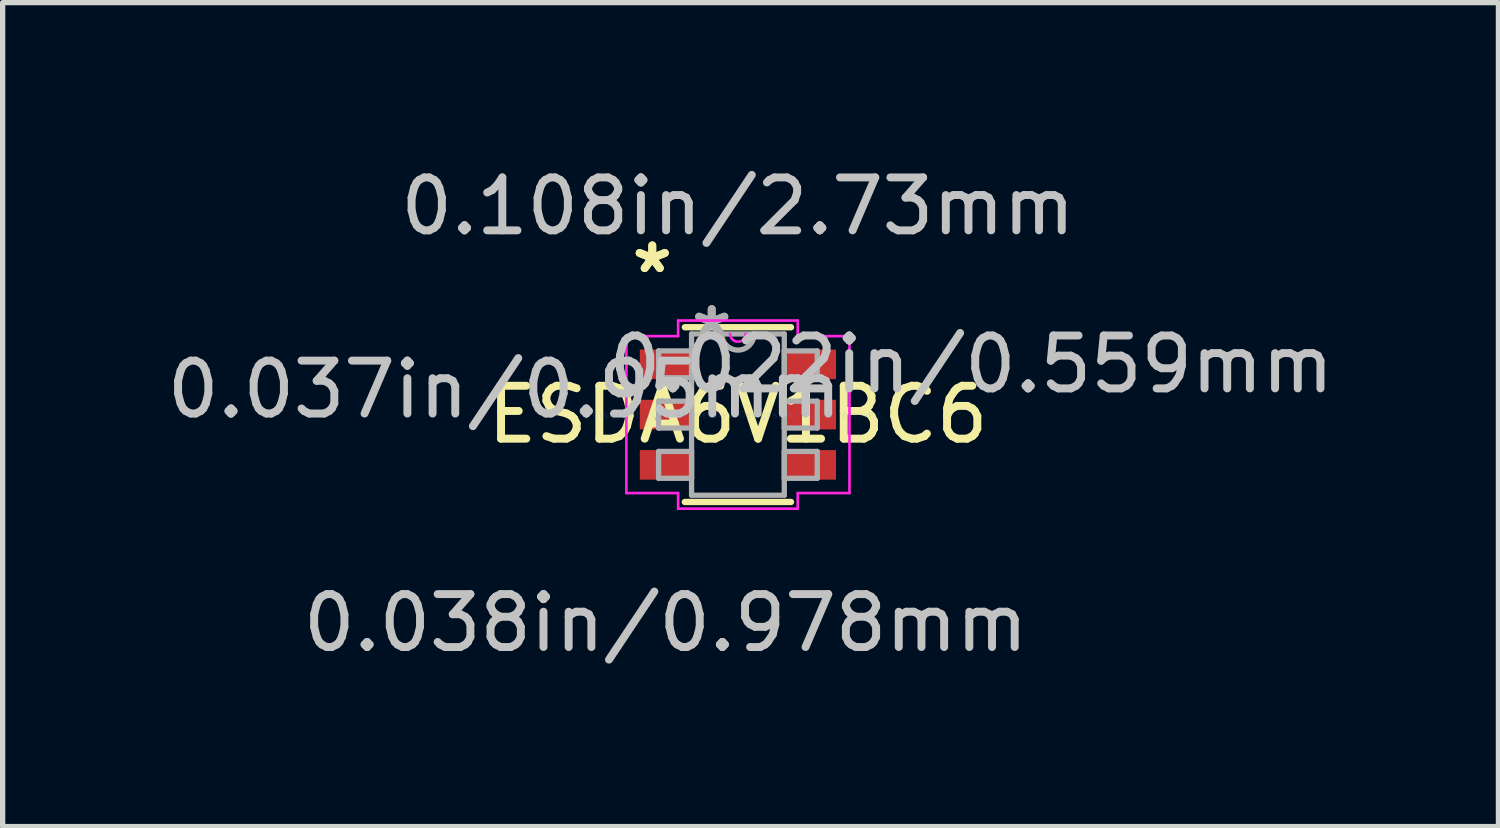
<source format=kicad_pcb>
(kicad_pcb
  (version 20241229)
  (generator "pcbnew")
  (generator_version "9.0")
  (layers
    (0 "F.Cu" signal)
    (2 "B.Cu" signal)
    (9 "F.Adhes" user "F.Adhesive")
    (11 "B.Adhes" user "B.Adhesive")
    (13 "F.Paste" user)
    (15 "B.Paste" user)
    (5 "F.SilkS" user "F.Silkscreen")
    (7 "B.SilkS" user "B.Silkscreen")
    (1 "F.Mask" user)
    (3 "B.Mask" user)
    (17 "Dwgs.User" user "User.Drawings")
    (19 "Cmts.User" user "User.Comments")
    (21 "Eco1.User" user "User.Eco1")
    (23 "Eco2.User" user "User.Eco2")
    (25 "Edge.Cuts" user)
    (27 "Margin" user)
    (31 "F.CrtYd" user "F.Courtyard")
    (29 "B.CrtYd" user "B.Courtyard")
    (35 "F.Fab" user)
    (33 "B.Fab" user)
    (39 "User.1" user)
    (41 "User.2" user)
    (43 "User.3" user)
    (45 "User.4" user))
  (footprint "ESDA6V1BC6"
    (layer "F.Cu")
    (at 10.895 4.785)
    (property "Reference" "ESDA6V1BC6" (at 0 0 0) (layer "F.SilkS") (effects (font (size 1 1) (thickness 0.15))))
    (attr through_hole)
    (fp_line (start -1.003 1.651) (end 1.003 1.651) (stroke (width 0.12) (type solid)) (layer "F.SilkS"))
    (fp_line (start 1.003 -1.651) (end -1.003 -1.651) (stroke (width 0.12) (type solid)) (layer "F.SilkS"))
    (fp_line (start -2.108 -1.483) (end -1.13 -1.483) (stroke (width 0.05) (type solid)) (layer "F.CrtYd"))
    (fp_line (start -2.108 1.483) (end -2.108 -1.483) (stroke (width 0.05) (type solid)) (layer "F.CrtYd"))
    (fp_line (start -1.13 -1.778) (end 1.13 -1.778) (stroke (width 0.05) (type solid)) (layer "F.CrtYd"))
    (fp_line (start -1.13 -1.483) (end -1.13 -1.778) (stroke (width 0.05) (type solid)) (layer "F.CrtYd"))
    (fp_line (start -1.13 1.483) (end -2.108 1.483) (stroke (width 0.05) (type solid)) (layer "F.CrtYd"))
    (fp_line (start -1.13 1.778) (end -1.13 1.483) (stroke (width 0.05) (type solid)) (layer "F.CrtYd"))
    (fp_line (start 1.13 -1.778) (end 1.13 -1.483) (stroke (width 0.05) (type solid)) (layer "F.CrtYd"))
    (fp_line (start 1.13 -1.483) (end 2.108 -1.483) (stroke (width 0.05) (type solid)) (layer "F.CrtYd"))
    (fp_line (start 1.13 1.483) (end 1.13 1.778) (stroke (width 0.05) (type solid)) (layer "F.CrtYd"))
    (fp_line (start 1.13 1.778) (end -1.13 1.778) (stroke (width 0.05) (type solid)) (layer "F.CrtYd"))
    (fp_line (start 2.108 -1.483) (end 2.108 1.483) (stroke (width 0.05) (type solid)) (layer "F.CrtYd"))
    (fp_line (start 2.108 1.483) (end 1.13 1.483) (stroke (width 0.05) (type solid)) (layer "F.CrtYd"))
    (fp_arc (start 0.14605 -1.524) (mid 0 -1.37795) (end -0.14605 -1.524) (stroke (width 0.05) (type solid)) (layer "F.CrtYd"))
    (fp_line (start -1.499 -1.204) (end -1.499 -0.696) (stroke (width 0.1) (type solid)) (layer "F.Fab"))
    (fp_line (start -1.499 -0.696) (end -0.876 -0.696) (stroke (width 0.1) (type solid)) (layer "F.Fab"))
    (fp_line (start -1.499 -0.254) (end -1.499 0.254) (stroke (width 0.1) (type solid)) (layer "F.Fab"))
    (fp_line (start -1.499 0.254) (end -0.876 0.254) (stroke (width 0.1) (type solid)) (layer "F.Fab"))
    (fp_line (start -1.499 0.696) (end -1.499 1.204) (stroke (width 0.1) (type solid)) (layer "F.Fab"))
    (fp_line (start -1.499 1.204) (end -0.876 1.204) (stroke (width 0.1) (type solid)) (layer "F.Fab"))
    (fp_line (start -0.876 -1.524) (end -0.876 1.524) (stroke (width 0.1) (type solid)) (layer "F.Fab"))
    (fp_line (start -0.876 -1.204) (end -1.499 -1.204) (stroke (width 0.1) (type solid)) (layer "F.Fab"))
    (fp_line (start -0.876 -0.696) (end -0.876 -1.204) (stroke (width 0.1) (type solid)) (layer "F.Fab"))
    (fp_line (start -0.876 -0.254) (end -1.499 -0.254) (stroke (width 0.1) (type solid)) (layer "F.Fab"))
    (fp_line (start -0.876 0.254) (end -0.876 -0.254) (stroke (width 0.1) (type solid)) (layer "F.Fab"))
    (fp_line (start -0.876 0.696) (end -1.499 0.696) (stroke (width 0.1) (type solid)) (layer "F.Fab"))
    (fp_line (start -0.876 1.204) (end -0.876 0.696) (stroke (width 0.1) (type solid)) (layer "F.Fab"))
    (fp_line (start -0.876 1.524) (end 0.876 1.524) (stroke (width 0.1) (type solid)) (layer "F.Fab"))
    (fp_line (start 0.876 -1.524) (end -0.876 -1.524) (stroke (width 0.1) (type solid)) (layer "F.Fab"))
    (fp_line (start 0.876 -1.204) (end 0.876 -0.696) (stroke (width 0.1) (type solid)) (layer "F.Fab"))
    (fp_line (start 0.876 -0.696) (end 1.499 -0.696) (stroke (width 0.1) (type solid)) (layer "F.Fab"))
    (fp_line (start 0.876 -0.254) (end 0.876 0.254) (stroke (width 0.1) (type solid)) (layer "F.Fab"))
    (fp_line (start 0.876 0.254) (end 1.499 0.254) (stroke (width 0.1) (type solid)) (layer "F.Fab"))
    (fp_line (start 0.876 0.696) (end 0.876 1.204) (stroke (width 0.1) (type solid)) (layer "F.Fab"))
    (fp_line (start 0.876 1.204) (end 1.499 1.204) (stroke (width 0.1) (type solid)) (layer "F.Fab"))
    (fp_line (start 0.876 1.524) (end 0.876 -1.524) (stroke (width 0.1) (type solid)) (layer "F.Fab"))
    (fp_line (start 1.499 -1.204) (end 0.876 -1.204) (stroke (width 0.1) (type solid)) (layer "F.Fab"))
    (fp_line (start 1.499 -0.696) (end 1.499 -1.204) (stroke (width 0.1) (type solid)) (layer "F.Fab"))
    (fp_line (start 1.499 -0.254) (end 0.876 -0.254) (stroke (width 0.1) (type solid)) (layer "F.Fab"))
    (fp_line (start 1.499 0.254) (end 1.499 -0.254) (stroke (width 0.1) (type solid)) (layer "F.Fab"))
    (fp_line (start 1.499 0.696) (end 0.876 0.696) (stroke (width 0.1) (type solid)) (layer "F.Fab"))
    (fp_line (start 1.499 1.204) (end 1.499 0.696) (stroke (width 0.1) (type solid)) (layer "F.Fab"))
    (fp_arc (start 0.3048 -1.524) (mid 0 -1.2192) (end -0.3048 -1.524) (stroke (width 0.1) (type solid)) (layer "F.Fab"))
    (fp_text user "*" (at -1.619 -2.652 0) (layer "F.SilkS") (effects (font (size 1 1) (thickness 0.15))))
    (fp_text user "*" (at -1.619 -2.652 0) (layer "F.SilkS") (effects (font (size 1 1) (thickness 0.15))))
    (fp_text user "0.038in/0.978mm" (at -1.365 3.937 0) (layer "Dwgs.User") (effects (font (size 1 1) (thickness 0.15))))
    (fp_text user "0.022in/0.559mm" (at 4.413 -0.95 0) (layer "Dwgs.User") (effects (font (size 1 1) (thickness 0.15))))
    (fp_text user "0.037in/0.95mm" (at -4.413 -0.475 0) (layer "Dwgs.User") (effects (font (size 1 1) (thickness 0.15))))
    (fp_text user "0.108in/2.73mm" (at 0 -3.937 0) (layer "Dwgs.User") (effects (font (size 1 1) (thickness 0.15))))
    (fp_text user "Copyright 2021 Accelerated Designs. All rights reserved." (at 0 0 0) (layer "Cmts.User") (effects (font (size 0.127 0.127) (thickness 0.002))))
    (fp_text user "*" (at -0.495 -1.448 0) (layer "F.Fab") (effects (font (size 1 1) (thickness 0.15))))
    (fp_text user "*" (at -0.495 -1.448 0) (layer "F.Fab") (effects (font (size 1 1) (thickness 0.15))))
    (pad "1" smd rect (at -1.365 -0.95) (size 0.978 0.559) (layers "F.Cu" "F.Mask" "F.Paste"))
    (pad "2" smd rect (at -1.365 0) (size 0.978 0.559) (layers "F.Cu" "F.Mask" "F.Paste"))
    (pad "3" smd rect (at -1.365 0.95) (size 0.978 0.559) (layers "F.Cu" "F.Mask" "F.Paste"))
    (pad "4" smd rect (at 1.365 0.95) (size 0.978 0.559) (layers "F.Cu" "F.Mask" "F.Paste"))
    (pad "5" smd rect (at 1.365 0) (size 0.978 0.559) (layers "F.Cu" "F.Mask" "F.Paste"))
    (pad "6" smd rect (at 1.365 -0.95) (size 0.978 0.559) (layers "F.Cu" "F.Mask" "F.Paste")))
  (gr_rect
    (start -3 -3)
    (end 25.267 12.57)
    (stroke (width 0.1) (type default))
    (fill no)
    (layer "Edge.Cuts")))
</source>
